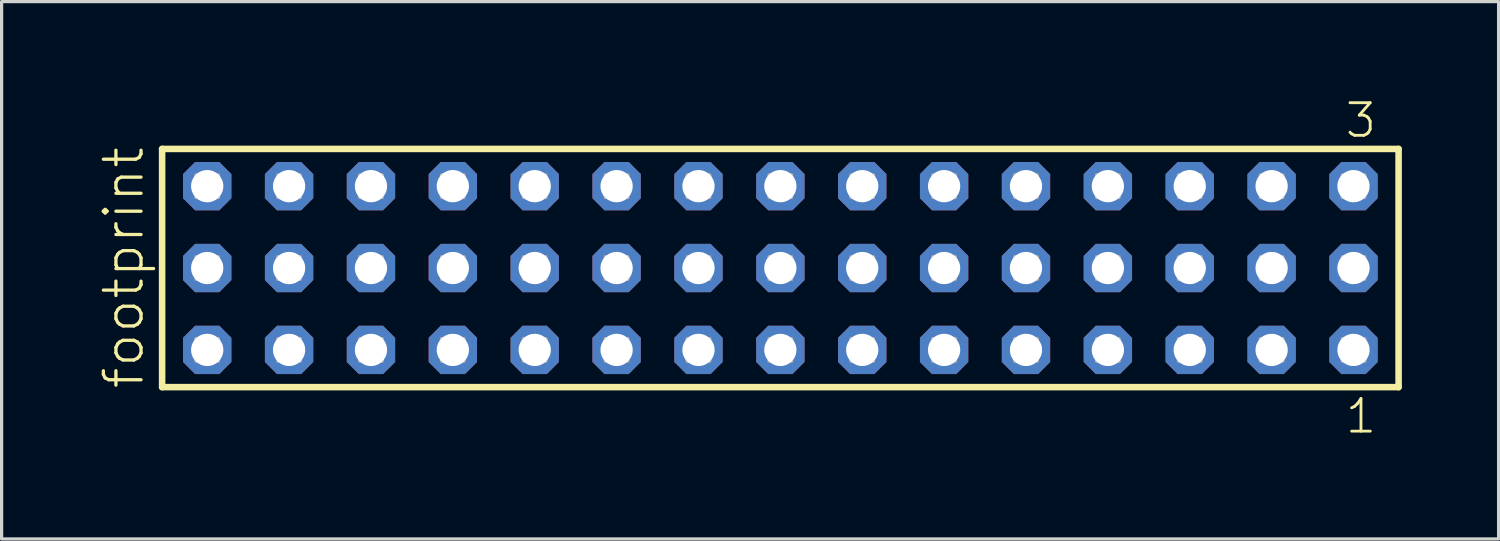
<source format=kicad_pcb>
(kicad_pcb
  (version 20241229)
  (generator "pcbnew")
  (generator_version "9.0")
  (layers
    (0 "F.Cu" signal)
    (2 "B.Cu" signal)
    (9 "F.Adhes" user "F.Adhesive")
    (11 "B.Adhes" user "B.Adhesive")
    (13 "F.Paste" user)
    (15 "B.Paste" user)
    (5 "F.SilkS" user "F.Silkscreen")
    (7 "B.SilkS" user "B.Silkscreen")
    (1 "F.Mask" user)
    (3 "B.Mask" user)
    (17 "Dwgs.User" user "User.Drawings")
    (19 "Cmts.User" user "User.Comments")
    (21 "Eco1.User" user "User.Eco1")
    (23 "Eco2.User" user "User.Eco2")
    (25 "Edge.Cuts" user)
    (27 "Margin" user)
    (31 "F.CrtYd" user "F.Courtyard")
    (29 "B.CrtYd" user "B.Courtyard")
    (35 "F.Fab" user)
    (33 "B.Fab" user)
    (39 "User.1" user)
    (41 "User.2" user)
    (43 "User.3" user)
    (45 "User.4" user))
  (footprint "footprint"
    (layer "F.Cu")
    (at 21.158 5.265)
    (property "Reference" "footprint" (at -19.685 3.81 90) (layer "F.SilkS") (effects (font (size 1.168 1.168) (thickness 0.102)) (justify left bottom)))
    (fp_line (start -19.179 -3.695) (end 19.179 -3.695) (stroke (width 0.203) (type solid)) (layer "F.SilkS"))
    (fp_line (start -19.179 3.695) (end -19.179 -3.695) (stroke (width 0.203) (type solid)) (layer "F.SilkS"))
    (fp_line (start 19.179 -3.695) (end 19.179 3.695) (stroke (width 0.203) (type solid)) (layer "F.SilkS"))
    (fp_line (start 19.179 3.695) (end -19.179 3.695) (stroke (width 0.203) (type solid)) (layer "F.SilkS"))
    (fp_poly (pts (xy -18.13 -2.19) (xy -17.43 -2.19) (xy -17.43 -2.89) (xy -18.13 -2.89)) (stroke (width 0.1) (type solid)) (fill no) (layer "F.Fab"))
    (fp_poly (pts (xy -18.13 0.35) (xy -17.43 0.35) (xy -17.43 -0.35) (xy -18.13 -0.35)) (stroke (width 0.1) (type solid)) (fill no) (layer "F.Fab"))
    (fp_poly (pts (xy -18.13 2.89) (xy -17.43 2.89) (xy -17.43 2.19) (xy -18.13 2.19)) (stroke (width 0.1) (type solid)) (fill no) (layer "F.Fab"))
    (fp_poly (pts (xy -15.59 -2.19) (xy -14.89 -2.19) (xy -14.89 -2.89) (xy -15.59 -2.89)) (stroke (width 0.1) (type solid)) (fill no) (layer "F.Fab"))
    (fp_poly (pts (xy -15.59 0.35) (xy -14.89 0.35) (xy -14.89 -0.35) (xy -15.59 -0.35)) (stroke (width 0.1) (type solid)) (fill no) (layer "F.Fab"))
    (fp_poly (pts (xy -15.59 2.89) (xy -14.89 2.89) (xy -14.89 2.19) (xy -15.59 2.19)) (stroke (width 0.1) (type solid)) (fill no) (layer "F.Fab"))
    (fp_poly (pts (xy -13.05 -2.19) (xy -12.35 -2.19) (xy -12.35 -2.89) (xy -13.05 -2.89)) (stroke (width 0.1) (type solid)) (fill no) (layer "F.Fab"))
    (fp_poly (pts (xy -13.05 0.35) (xy -12.35 0.35) (xy -12.35 -0.35) (xy -13.05 -0.35)) (stroke (width 0.1) (type solid)) (fill no) (layer "F.Fab"))
    (fp_poly (pts (xy -13.05 2.89) (xy -12.35 2.89) (xy -12.35 2.19) (xy -13.05 2.19)) (stroke (width 0.1) (type solid)) (fill no) (layer "F.Fab"))
    (fp_poly (pts (xy -10.51 -2.19) (xy -9.81 -2.19) (xy -9.81 -2.89) (xy -10.51 -2.89)) (stroke (width 0.1) (type solid)) (fill no) (layer "F.Fab"))
    (fp_poly (pts (xy -10.51 0.35) (xy -9.81 0.35) (xy -9.81 -0.35) (xy -10.51 -0.35)) (stroke (width 0.1) (type solid)) (fill no) (layer "F.Fab"))
    (fp_poly (pts (xy -10.51 2.89) (xy -9.81 2.89) (xy -9.81 2.19) (xy -10.51 2.19)) (stroke (width 0.1) (type solid)) (fill no) (layer "F.Fab"))
    (fp_poly (pts (xy -7.97 -2.19) (xy -7.27 -2.19) (xy -7.27 -2.89) (xy -7.97 -2.89)) (stroke (width 0.1) (type solid)) (fill no) (layer "F.Fab"))
    (fp_poly (pts (xy -7.97 0.35) (xy -7.27 0.35) (xy -7.27 -0.35) (xy -7.97 -0.35)) (stroke (width 0.1) (type solid)) (fill no) (layer "F.Fab"))
    (fp_poly (pts (xy -7.97 2.89) (xy -7.27 2.89) (xy -7.27 2.19) (xy -7.97 2.19)) (stroke (width 0.1) (type solid)) (fill no) (layer "F.Fab"))
    (fp_poly (pts (xy -5.43 -2.19) (xy -4.73 -2.19) (xy -4.73 -2.89) (xy -5.43 -2.89)) (stroke (width 0.1) (type solid)) (fill no) (layer "F.Fab"))
    (fp_poly (pts (xy -5.43 0.35) (xy -4.73 0.35) (xy -4.73 -0.35) (xy -5.43 -0.35)) (stroke (width 0.1) (type solid)) (fill no) (layer "F.Fab"))
    (fp_poly (pts (xy -5.43 2.89) (xy -4.73 2.89) (xy -4.73 2.19) (xy -5.43 2.19)) (stroke (width 0.1) (type solid)) (fill no) (layer "F.Fab"))
    (fp_poly (pts (xy -2.89 -2.19) (xy -2.19 -2.19) (xy -2.19 -2.89) (xy -2.89 -2.89)) (stroke (width 0.1) (type solid)) (fill no) (layer "F.Fab"))
    (fp_poly (pts (xy -2.89 0.35) (xy -2.19 0.35) (xy -2.19 -0.35) (xy -2.89 -0.35)) (stroke (width 0.1) (type solid)) (fill no) (layer "F.Fab"))
    (fp_poly (pts (xy -2.89 2.89) (xy -2.19 2.89) (xy -2.19 2.19) (xy -2.89 2.19)) (stroke (width 0.1) (type solid)) (fill no) (layer "F.Fab"))
    (fp_poly (pts (xy -0.35 -2.19) (xy 0.35 -2.19) (xy 0.35 -2.89) (xy -0.35 -2.89)) (stroke (width 0.1) (type solid)) (fill no) (layer "F.Fab"))
    (fp_poly (pts (xy -0.35 0.35) (xy 0.35 0.35) (xy 0.35 -0.35) (xy -0.35 -0.35)) (stroke (width 0.1) (type solid)) (fill no) (layer "F.Fab"))
    (fp_poly (pts (xy -0.35 2.89) (xy 0.35 2.89) (xy 0.35 2.19) (xy -0.35 2.19)) (stroke (width 0.1) (type solid)) (fill no) (layer "F.Fab"))
    (fp_poly (pts (xy 2.19 -2.19) (xy 2.89 -2.19) (xy 2.89 -2.89) (xy 2.19 -2.89)) (stroke (width 0.1) (type solid)) (fill no) (layer "F.Fab"))
    (fp_poly (pts (xy 2.19 0.35) (xy 2.89 0.35) (xy 2.89 -0.35) (xy 2.19 -0.35)) (stroke (width 0.1) (type solid)) (fill no) (layer "F.Fab"))
    (fp_poly (pts (xy 2.19 2.89) (xy 2.89 2.89) (xy 2.89 2.19) (xy 2.19 2.19)) (stroke (width 0.1) (type solid)) (fill no) (layer "F.Fab"))
    (fp_poly (pts (xy 4.73 -2.19) (xy 5.43 -2.19) (xy 5.43 -2.89) (xy 4.73 -2.89)) (stroke (width 0.1) (type solid)) (fill no) (layer "F.Fab"))
    (fp_poly (pts (xy 4.73 0.35) (xy 5.43 0.35) (xy 5.43 -0.35) (xy 4.73 -0.35)) (stroke (width 0.1) (type solid)) (fill no) (layer "F.Fab"))
    (fp_poly (pts (xy 4.73 2.89) (xy 5.43 2.89) (xy 5.43 2.19) (xy 4.73 2.19)) (stroke (width 0.1) (type solid)) (fill no) (layer "F.Fab"))
    (fp_poly (pts (xy 7.27 -2.19) (xy 7.97 -2.19) (xy 7.97 -2.89) (xy 7.27 -2.89)) (stroke (width 0.1) (type solid)) (fill no) (layer "F.Fab"))
    (fp_poly (pts (xy 7.27 0.35) (xy 7.97 0.35) (xy 7.97 -0.35) (xy 7.27 -0.35)) (stroke (width 0.1) (type solid)) (fill no) (layer "F.Fab"))
    (fp_poly (pts (xy 7.27 2.89) (xy 7.97 2.89) (xy 7.97 2.19) (xy 7.27 2.19)) (stroke (width 0.1) (type solid)) (fill no) (layer "F.Fab"))
    (fp_poly (pts (xy 9.81 -2.19) (xy 10.51 -2.19) (xy 10.51 -2.89) (xy 9.81 -2.89)) (stroke (width 0.1) (type solid)) (fill no) (layer "F.Fab"))
    (fp_poly (pts (xy 9.81 0.35) (xy 10.51 0.35) (xy 10.51 -0.35) (xy 9.81 -0.35)) (stroke (width 0.1) (type solid)) (fill no) (layer "F.Fab"))
    (fp_poly (pts (xy 9.81 2.89) (xy 10.51 2.89) (xy 10.51 2.19) (xy 9.81 2.19)) (stroke (width 0.1) (type solid)) (fill no) (layer "F.Fab"))
    (fp_poly (pts (xy 12.35 -2.19) (xy 13.05 -2.19) (xy 13.05 -2.89) (xy 12.35 -2.89)) (stroke (width 0.1) (type solid)) (fill no) (layer "F.Fab"))
    (fp_poly (pts (xy 12.35 0.35) (xy 13.05 0.35) (xy 13.05 -0.35) (xy 12.35 -0.35)) (stroke (width 0.1) (type solid)) (fill no) (layer "F.Fab"))
    (fp_poly (pts (xy 12.35 2.89) (xy 13.05 2.89) (xy 13.05 2.19) (xy 12.35 2.19)) (stroke (width 0.1) (type solid)) (fill no) (layer "F.Fab"))
    (fp_poly (pts (xy 14.89 -2.19) (xy 15.59 -2.19) (xy 15.59 -2.89) (xy 14.89 -2.89)) (stroke (width 0.1) (type solid)) (fill no) (layer "F.Fab"))
    (fp_poly (pts (xy 14.89 0.35) (xy 15.59 0.35) (xy 15.59 -0.35) (xy 14.89 -0.35)) (stroke (width 0.1) (type solid)) (fill no) (layer "F.Fab"))
    (fp_poly (pts (xy 14.89 2.89) (xy 15.59 2.89) (xy 15.59 2.19) (xy 14.89 2.19)) (stroke (width 0.1) (type solid)) (fill no) (layer "F.Fab"))
    (fp_poly (pts (xy 17.43 -2.19) (xy 18.13 -2.19) (xy 18.13 -2.89) (xy 17.43 -2.89)) (stroke (width 0.1) (type solid)) (fill no) (layer "F.Fab"))
    (fp_poly (pts (xy 17.43 0.35) (xy 18.13 0.35) (xy 18.13 -0.35) (xy 17.43 -0.35)) (stroke (width 0.1) (type solid)) (fill no) (layer "F.Fab"))
    (fp_poly (pts (xy 17.43 2.89) (xy 18.13 2.89) (xy 18.13 2.19) (xy 17.43 2.19)) (stroke (width 0.1) (type solid)) (fill no) (layer "F.Fab"))
    (fp_text user "3" (at 17.468 -3.989 0) (layer "F.SilkS") (effects (font (size 1.012 1.012) (thickness 0.088)) (justify left bottom)))
    (fp_text user "1" (at 17.472 5.188 0) (layer "F.SilkS") (effects (font (size 1.012 1.012) (thickness 0.088)) (justify left bottom)))
    (pad "1" thru_hole roundrect (at 17.78 2.54 180) (size 1.5 1.5) (drill 1) (layers "*.Cu" "*.Mask") (roundrect_rratio 0.25) (chamfer_ratio 0.25) (chamfer top_left top_right bottom_left bottom_right))
    (pad "2" thru_hole roundrect (at 17.78 0 180) (size 1.5 1.5) (drill 1) (layers "*.Cu" "*.Mask") (roundrect_rratio 0.25) (chamfer_ratio 0.25) (chamfer top_left top_right bottom_left bottom_right))
    (pad "3" thru_hole roundrect (at 17.78 -2.54 180) (size 1.5 1.5) (drill 1) (layers "*.Cu" "*.Mask") (roundrect_rratio 0.25) (chamfer_ratio 0.25) (chamfer top_left top_right bottom_left bottom_right))
    (pad "4" thru_hole roundrect (at 15.24 2.54 180) (size 1.5 1.5) (drill 1) (layers "*.Cu" "*.Mask") (roundrect_rratio 0.25) (chamfer_ratio 0.25) (chamfer top_left top_right bottom_left bottom_right))
    (pad "5" thru_hole roundrect (at 15.24 0 180) (size 1.5 1.5) (drill 1) (layers "*.Cu" "*.Mask") (roundrect_rratio 0.25) (chamfer_ratio 0.25) (chamfer top_left top_right bottom_left bottom_right))
    (pad "6" thru_hole roundrect (at 15.24 -2.54 180) (size 1.5 1.5) (drill 1) (layers "*.Cu" "*.Mask") (roundrect_rratio 0.25) (chamfer_ratio 0.25) (chamfer top_left top_right bottom_left bottom_right))
    (pad "7" thru_hole roundrect (at 12.7 2.54 180) (size 1.5 1.5) (drill 1) (layers "*.Cu" "*.Mask") (roundrect_rratio 0.25) (chamfer_ratio 0.25) (chamfer top_left top_right bottom_left bottom_right))
    (pad "8" thru_hole roundrect (at 12.7 0 180) (size 1.5 1.5) (drill 1) (layers "*.Cu" "*.Mask") (roundrect_rratio 0.25) (chamfer_ratio 0.25) (chamfer top_left top_right bottom_left bottom_right))
    (pad "9" thru_hole roundrect (at 12.7 -2.54 180) (size 1.5 1.5) (drill 1) (layers "*.Cu" "*.Mask") (roundrect_rratio 0.25) (chamfer_ratio 0.25) (chamfer top_left top_right bottom_left bottom_right))
    (pad "10" thru_hole roundrect (at 10.16 2.54 180) (size 1.5 1.5) (drill 1) (layers "*.Cu" "*.Mask") (roundrect_rratio 0.25) (chamfer_ratio 0.25) (chamfer top_left top_right bottom_left bottom_right))
    (pad "11" thru_hole roundrect (at 10.16 0 180) (size 1.5 1.5) (drill 1) (layers "*.Cu" "*.Mask") (roundrect_rratio 0.25) (chamfer_ratio 0.25) (chamfer top_left top_right bottom_left bottom_right))
    (pad "12" thru_hole roundrect (at 10.16 -2.54 180) (size 1.5 1.5) (drill 1) (layers "*.Cu" "*.Mask") (roundrect_rratio 0.25) (chamfer_ratio 0.25) (chamfer top_left top_right bottom_left bottom_right))
    (pad "13" thru_hole roundrect (at 7.62 2.54 180) (size 1.5 1.5) (drill 1) (layers "*.Cu" "*.Mask") (roundrect_rratio 0.25) (chamfer_ratio 0.25) (chamfer top_left top_right bottom_left bottom_right))
    (pad "14" thru_hole roundrect (at 7.62 0 180) (size 1.5 1.5) (drill 1) (layers "*.Cu" "*.Mask") (roundrect_rratio 0.25) (chamfer_ratio 0.25) (chamfer top_left top_right bottom_left bottom_right))
    (pad "15" thru_hole roundrect (at 7.62 -2.54 180) (size 1.5 1.5) (drill 1) (layers "*.Cu" "*.Mask") (roundrect_rratio 0.25) (chamfer_ratio 0.25) (chamfer top_left top_right bottom_left bottom_right))
    (pad "16" thru_hole roundrect (at 5.08 2.54 180) (size 1.5 1.5) (drill 1) (layers "*.Cu" "*.Mask") (roundrect_rratio 0.25) (chamfer_ratio 0.25) (chamfer top_left top_right bottom_left bottom_right))
    (pad "17" thru_hole roundrect (at 5.08 0 180) (size 1.5 1.5) (drill 1) (layers "*.Cu" "*.Mask") (roundrect_rratio 0.25) (chamfer_ratio 0.25) (chamfer top_left top_right bottom_left bottom_right))
    (pad "18" thru_hole roundrect (at 5.08 -2.54 180) (size 1.5 1.5) (drill 1) (layers "*.Cu" "*.Mask") (roundrect_rratio 0.25) (chamfer_ratio 0.25) (chamfer top_left top_right bottom_left bottom_right))
    (pad "19" thru_hole roundrect (at 2.54 2.54 180) (size 1.5 1.5) (drill 1) (layers "*.Cu" "*.Mask") (roundrect_rratio 0.25) (chamfer_ratio 0.25) (chamfer top_left top_right bottom_left bottom_right))
    (pad "20" thru_hole roundrect (at 2.54 0 180) (size 1.5 1.5) (drill 1) (layers "*.Cu" "*.Mask") (roundrect_rratio 0.25) (chamfer_ratio 0.25) (chamfer top_left top_right bottom_left bottom_right))
    (pad "21" thru_hole roundrect (at 2.54 -2.54 180) (size 1.5 1.5) (drill 1) (layers "*.Cu" "*.Mask") (roundrect_rratio 0.25) (chamfer_ratio 0.25) (chamfer top_left top_right bottom_left bottom_right))
    (pad "22" thru_hole roundrect (at 0 2.54 180) (size 1.5 1.5) (drill 1) (layers "*.Cu" "*.Mask") (roundrect_rratio 0.25) (chamfer_ratio 0.25) (chamfer top_left top_right bottom_left bottom_right))
    (pad "23" thru_hole roundrect (at 0 0 180) (size 1.5 1.5) (drill 1) (layers "*.Cu" "*.Mask") (roundrect_rratio 0.25) (chamfer_ratio 0.25) (chamfer top_left top_right bottom_left bottom_right))
    (pad "24" thru_hole roundrect (at 0 -2.54 180) (size 1.5 1.5) (drill 1) (layers "*.Cu" "*.Mask") (roundrect_rratio 0.25) (chamfer_ratio 0.25) (chamfer top_left top_right bottom_left bottom_right))
    (pad "25" thru_hole roundrect (at -2.54 2.54 180) (size 1.5 1.5) (drill 1) (layers "*.Cu" "*.Mask") (roundrect_rratio 0.25) (chamfer_ratio 0.25) (chamfer top_left top_right bottom_left bottom_right))
    (pad "26" thru_hole roundrect (at -2.54 0 180) (size 1.5 1.5) (drill 1) (layers "*.Cu" "*.Mask") (roundrect_rratio 0.25) (chamfer_ratio 0.25) (chamfer top_left top_right bottom_left bottom_right))
    (pad "27" thru_hole roundrect (at -2.54 -2.54 180) (size 1.5 1.5) (drill 1) (layers "*.Cu" "*.Mask") (roundrect_rratio 0.25) (chamfer_ratio 0.25) (chamfer top_left top_right bottom_left bottom_right))
    (pad "28" thru_hole roundrect (at -5.08 2.54 180) (size 1.5 1.5) (drill 1) (layers "*.Cu" "*.Mask") (roundrect_rratio 0.25) (chamfer_ratio 0.25) (chamfer top_left top_right bottom_left bottom_right))
    (pad "29" thru_hole roundrect (at -5.08 0 180) (size 1.5 1.5) (drill 1) (layers "*.Cu" "*.Mask") (roundrect_rratio 0.25) (chamfer_ratio 0.25) (chamfer top_left top_right bottom_left bottom_right))
    (pad "30" thru_hole roundrect (at -5.08 -2.54 180) (size 1.5 1.5) (drill 1) (layers "*.Cu" "*.Mask") (roundrect_rratio 0.25) (chamfer_ratio 0.25) (chamfer top_left top_right bottom_left bottom_right))
    (pad "31" thru_hole roundrect (at -7.62 2.54 180) (size 1.5 1.5) (drill 1) (layers "*.Cu" "*.Mask") (roundrect_rratio 0.25) (chamfer_ratio 0.25) (chamfer top_left top_right bottom_left bottom_right))
    (pad "32" thru_hole roundrect (at -7.62 0 180) (size 1.5 1.5) (drill 1) (layers "*.Cu" "*.Mask") (roundrect_rratio 0.25) (chamfer_ratio 0.25) (chamfer top_left top_right bottom_left bottom_right))
    (pad "33" thru_hole roundrect (at -7.62 -2.54 180) (size 1.5 1.5) (drill 1) (layers "*.Cu" "*.Mask") (roundrect_rratio 0.25) (chamfer_ratio 0.25) (chamfer top_left top_right bottom_left bottom_right))
    (pad "34" thru_hole roundrect (at -10.16 2.54 180) (size 1.5 1.5) (drill 1) (layers "*.Cu" "*.Mask") (roundrect_rratio 0.25) (chamfer_ratio 0.25) (chamfer top_left top_right bottom_left bottom_right))
    (pad "35" thru_hole roundrect (at -10.16 0 180) (size 1.5 1.5) (drill 1) (layers "*.Cu" "*.Mask") (roundrect_rratio 0.25) (chamfer_ratio 0.25) (chamfer top_left top_right bottom_left bottom_right))
    (pad "36" thru_hole roundrect (at -10.16 -2.54 180) (size 1.5 1.5) (drill 1) (layers "*.Cu" "*.Mask") (roundrect_rratio 0.25) (chamfer_ratio 0.25) (chamfer top_left top_right bottom_left bottom_right))
    (pad "37" thru_hole roundrect (at -12.7 2.54 180) (size 1.5 1.5) (drill 1) (layers "*.Cu" "*.Mask") (roundrect_rratio 0.25) (chamfer_ratio 0.25) (chamfer top_left top_right bottom_left bottom_right))
    (pad "38" thru_hole roundrect (at -12.7 0 180) (size 1.5 1.5) (drill 1) (layers "*.Cu" "*.Mask") (roundrect_rratio 0.25) (chamfer_ratio 0.25) (chamfer top_left top_right bottom_left bottom_right))
    (pad "39" thru_hole roundrect (at -12.7 -2.54 180) (size 1.5 1.5) (drill 1) (layers "*.Cu" "*.Mask") (roundrect_rratio 0.25) (chamfer_ratio 0.25) (chamfer top_left top_right bottom_left bottom_right))
    (pad "40" thru_hole roundrect (at -15.24 2.54 180) (size 1.5 1.5) (drill 1) (layers "*.Cu" "*.Mask") (roundrect_rratio 0.25) (chamfer_ratio 0.25) (chamfer top_left top_right bottom_left bottom_right))
    (pad "41" thru_hole roundrect (at -15.24 0 180) (size 1.5 1.5) (drill 1) (layers "*.Cu" "*.Mask") (roundrect_rratio 0.25) (chamfer_ratio 0.25) (chamfer top_left top_right bottom_left bottom_right))
    (pad "42" thru_hole roundrect (at -15.24 -2.54 180) (size 1.5 1.5) (drill 1) (layers "*.Cu" "*.Mask") (roundrect_rratio 0.25) (chamfer_ratio 0.25) (chamfer top_left top_right bottom_left bottom_right))
    (pad "43" thru_hole roundrect (at -17.78 2.54 180) (size 1.5 1.5) (drill 1) (layers "*.Cu" "*.Mask") (roundrect_rratio 0.25) (chamfer_ratio 0.25) (chamfer top_left top_right bottom_left bottom_right))
    (pad "44" thru_hole roundrect (at -17.78 0 180) (size 1.5 1.5) (drill 1) (layers "*.Cu" "*.Mask") (roundrect_rratio 0.25) (chamfer_ratio 0.25) (chamfer top_left top_right bottom_left bottom_right))
    (pad "45" thru_hole roundrect (at -17.78 -2.54 180) (size 1.5 1.5) (drill 1) (layers "*.Cu" "*.Mask") (roundrect_rratio 0.25) (chamfer_ratio 0.25) (chamfer top_left top_right bottom_left bottom_right)))
  (gr_rect
    (start -3 -3)
    (end 43.439 13.67)
    (stroke (width 0.1) (type default))
    (fill no)
    (layer "Edge.Cuts")))
</source>
